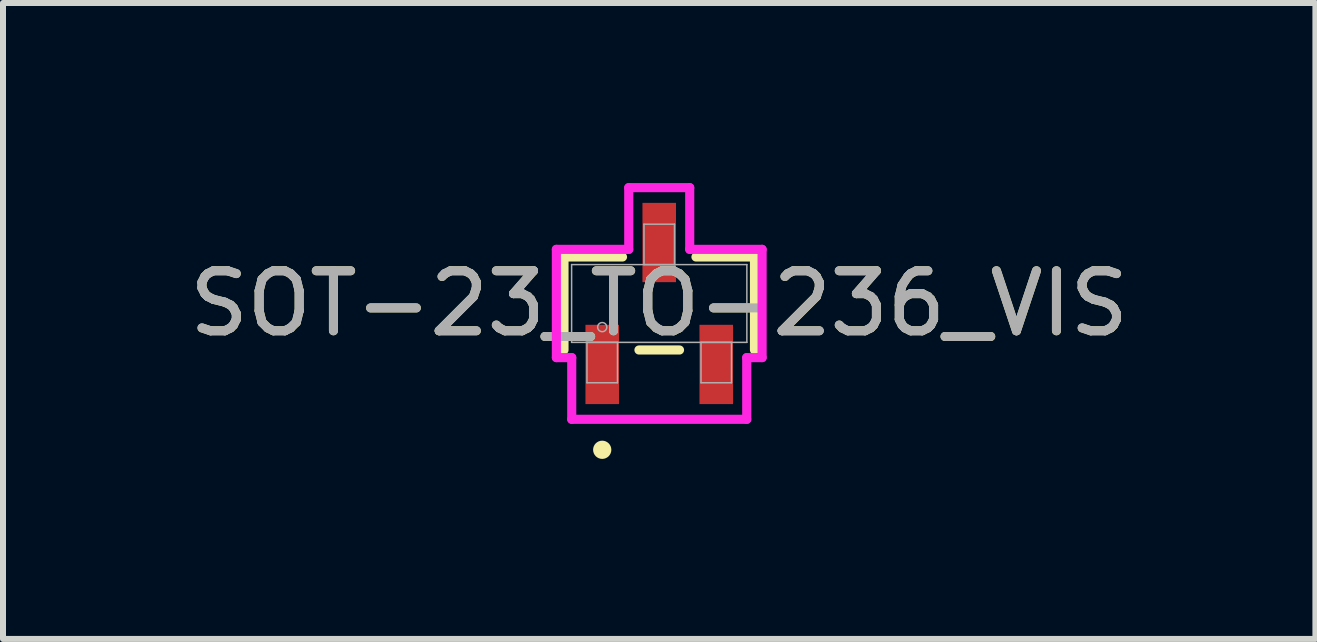
<source format=kicad_pcb>
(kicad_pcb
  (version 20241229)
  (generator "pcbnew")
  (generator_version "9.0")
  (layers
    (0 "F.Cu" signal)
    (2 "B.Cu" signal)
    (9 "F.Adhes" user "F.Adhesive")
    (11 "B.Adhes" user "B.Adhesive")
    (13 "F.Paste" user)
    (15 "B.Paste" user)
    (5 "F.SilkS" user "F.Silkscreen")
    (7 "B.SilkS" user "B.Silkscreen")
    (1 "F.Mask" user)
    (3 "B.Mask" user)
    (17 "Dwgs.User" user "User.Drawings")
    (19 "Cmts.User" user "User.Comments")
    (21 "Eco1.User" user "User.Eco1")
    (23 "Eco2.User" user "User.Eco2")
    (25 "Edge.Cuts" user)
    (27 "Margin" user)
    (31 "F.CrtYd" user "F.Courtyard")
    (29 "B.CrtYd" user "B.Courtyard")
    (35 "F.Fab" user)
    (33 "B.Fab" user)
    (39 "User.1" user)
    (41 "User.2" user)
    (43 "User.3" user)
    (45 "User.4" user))
  (footprint "SOT-23_TO-236_VIS"
    (layer "F.Cu")
    (at 7.935 2.007)
    (property "Reference" "SOT-23_TO-236_VIS" (at 0 0 0) (unlocked yes) (layer "F.SilkS") (effects (font (size 1 1) (thickness 0.15))))
    (attr smd)
    (fp_line (start -1.587 -0.775) (end -1.587 0.775) (stroke (width 0.152) (type solid)) (layer "F.SilkS"))
    (fp_line (start -0.612 -0.775) (end -1.587 -0.775) (stroke (width 0.152) (type solid)) (layer "F.SilkS"))
    (fp_line (start -0.338 0.775) (end 0.338 0.775) (stroke (width 0.152) (type solid)) (layer "F.SilkS"))
    (fp_line (start 1.587 -0.775) (end 0.612 -0.775) (stroke (width 0.152) (type solid)) (layer "F.SilkS"))
    (fp_line (start 1.587 0.775) (end 1.587 -0.775) (stroke (width 0.152) (type solid)) (layer "F.SilkS"))
    (fp_circle (center -0.95 2.438) (end -0.874 2.438) (stroke (width 0.152) (type solid)) (fill no) (layer "F.SilkS"))
    (fp_line (start -1.714 -0.902) (end -0.508 -0.902) (stroke (width 0.152) (type solid)) (layer "F.CrtYd"))
    (fp_line (start -1.714 0.902) (end -1.714 -0.902) (stroke (width 0.152) (type solid)) (layer "F.CrtYd"))
    (fp_line (start -1.714 0.902) (end -1.458 0.902) (stroke (width 0.152) (type solid)) (layer "F.CrtYd"))
    (fp_line (start -1.458 0.902) (end -1.458 1.93) (stroke (width 0.152) (type solid)) (layer "F.CrtYd"))
    (fp_line (start -1.458 1.93) (end 1.458 1.93) (stroke (width 0.152) (type solid)) (layer "F.CrtYd"))
    (fp_line (start -0.508 -1.93) (end 0.508 -1.93) (stroke (width 0.152) (type solid)) (layer "F.CrtYd"))
    (fp_line (start -0.508 -0.902) (end -0.508 -1.93) (stroke (width 0.152) (type solid)) (layer "F.CrtYd"))
    (fp_line (start 0.508 -0.902) (end 0.508 -1.93) (stroke (width 0.152) (type solid)) (layer "F.CrtYd"))
    (fp_line (start 1.458 0.902) (end 1.458 1.93) (stroke (width 0.152) (type solid)) (layer "F.CrtYd"))
    (fp_line (start 1.714 -0.902) (end 0.508 -0.902) (stroke (width 0.152) (type solid)) (layer "F.CrtYd"))
    (fp_line (start 1.714 -0.902) (end 1.714 0.902) (stroke (width 0.152) (type solid)) (layer "F.CrtYd"))
    (fp_line (start 1.714 0.902) (end 1.458 0.902) (stroke (width 0.152) (type solid)) (layer "F.CrtYd"))
    (fp_line (start -1.46 -0.648) (end -1.46 0.648) (stroke (width 0.025) (type solid)) (layer "F.Fab"))
    (fp_line (start -1.46 0.648) (end 1.46 0.648) (stroke (width 0.025) (type solid)) (layer "F.Fab"))
    (fp_line (start -1.204 0.648) (end -1.204 1.321) (stroke (width 0.025) (type solid)) (layer "F.Fab"))
    (fp_line (start -1.204 1.321) (end -0.696 1.321) (stroke (width 0.025) (type solid)) (layer "F.Fab"))
    (fp_line (start -0.696 0.648) (end -1.204 0.648) (stroke (width 0.025) (type solid)) (layer "F.Fab"))
    (fp_line (start -0.696 1.321) (end -0.696 0.648) (stroke (width 0.025) (type solid)) (layer "F.Fab"))
    (fp_line (start -0.254 -1.321) (end -0.254 -0.648) (stroke (width 0.025) (type solid)) (layer "F.Fab"))
    (fp_line (start -0.254 -0.648) (end 0.254 -0.648) (stroke (width 0.025) (type solid)) (layer "F.Fab"))
    (fp_line (start 0.254 -1.321) (end -0.254 -1.321) (stroke (width 0.025) (type solid)) (layer "F.Fab"))
    (fp_line (start 0.254 -0.648) (end 0.254 -1.321) (stroke (width 0.025) (type solid)) (layer "F.Fab"))
    (fp_line (start 0.696 0.648) (end 0.696 1.321) (stroke (width 0.025) (type solid)) (layer "F.Fab"))
    (fp_line (start 0.696 1.321) (end 1.204 1.321) (stroke (width 0.025) (type solid)) (layer "F.Fab"))
    (fp_line (start 1.204 0.648) (end 0.696 0.648) (stroke (width 0.025) (type solid)) (layer "F.Fab"))
    (fp_line (start 1.204 1.321) (end 1.204 0.648) (stroke (width 0.025) (type solid)) (layer "F.Fab"))
    (fp_line (start 1.46 -0.648) (end -1.46 -0.648) (stroke (width 0.025) (type solid)) (layer "F.Fab"))
    (fp_line (start 1.46 0.648) (end 1.46 -0.648) (stroke (width 0.025) (type solid)) (layer "F.Fab"))
    (fp_circle (center -0.95 0.394) (end -0.874 0.394) (stroke (width 0.025) (type solid)) (fill no) (layer "F.Fab"))
    (fp_text user "${REFERENCE}" (at 0 0 0) (unlocked yes) (layer "F.Fab") (effects (font (size 1 1) (thickness 0.15))))
    (pad "1" smd rect (at -0.95 1.016) (size 0.559 1.321) (layers "F.Cu" "F.Mask" "F.Paste"))
    (pad "2" smd rect (at 0.95 1.016) (size 0.559 1.321) (layers "F.Cu" "F.Mask" "F.Paste"))
    (pad "3" smd rect (at 0 -1.016) (size 0.559 1.321) (layers "F.Cu" "F.Mask" "F.Paste")))
  (gr_rect
    (start -3 -3)
    (end 18.869 7.597)
    (stroke (width 0.1) (type default))
    (fill no)
    (layer "Edge.Cuts")))
</source>
